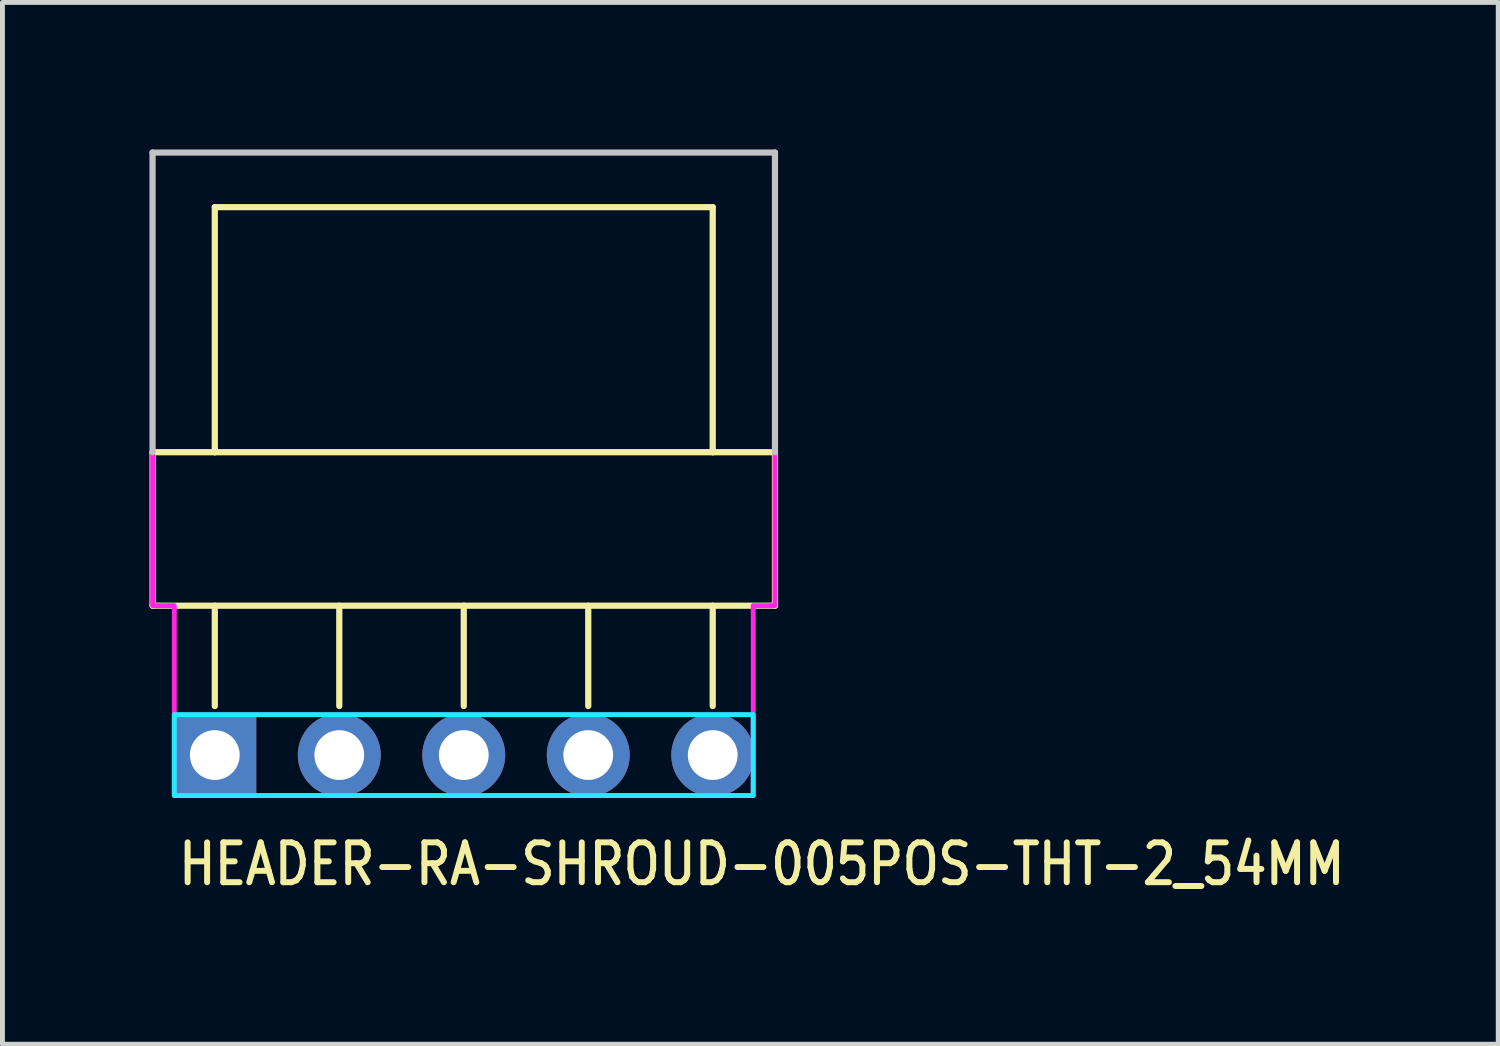
<source format=kicad_pcb>
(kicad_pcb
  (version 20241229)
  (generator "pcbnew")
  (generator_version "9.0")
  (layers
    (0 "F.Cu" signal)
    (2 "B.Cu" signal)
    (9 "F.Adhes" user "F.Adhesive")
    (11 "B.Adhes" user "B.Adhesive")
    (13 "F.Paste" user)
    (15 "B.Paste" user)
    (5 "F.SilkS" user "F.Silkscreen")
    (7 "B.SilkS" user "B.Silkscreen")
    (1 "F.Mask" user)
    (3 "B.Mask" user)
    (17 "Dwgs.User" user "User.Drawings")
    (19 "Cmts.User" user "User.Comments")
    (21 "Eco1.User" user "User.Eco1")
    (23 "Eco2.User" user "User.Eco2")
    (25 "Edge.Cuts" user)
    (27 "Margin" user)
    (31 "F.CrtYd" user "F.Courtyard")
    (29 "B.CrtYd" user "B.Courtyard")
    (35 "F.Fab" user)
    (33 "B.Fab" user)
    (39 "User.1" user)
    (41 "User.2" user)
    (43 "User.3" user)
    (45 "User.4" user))
  (footprint "HEADER-RA-SHROUD-005POS-THT-2_54MM"
    (layer "F.Cu")
    (at 1.333 12.357)
    (property "Reference" "HEADER-RA-SHROUD-005POS-THT-2_54MM" (at -0.8 2.7 0) (unlocked yes) (layer "F.SilkS") (effects (font (size 0.813 0.695) (thickness 0.122)) (justify left bottom)))
    (fp_line (start -1.27 -6.18) (end -1.27 -3.048) (stroke (width 0.127) (type solid)) (layer "F.SilkS"))
    (fp_line (start -1.27 -3.048) (end 11.43 -3.048) (stroke (width 0.127) (type solid)) (layer "F.SilkS"))
    (fp_line (start 0 -11.18) (end 0 -6.18) (stroke (width 0.127) (type solid)) (layer "F.SilkS"))
    (fp_line (start 0 -6.18) (end -1.27 -6.18) (stroke (width 0.127) (type solid)) (layer "F.SilkS"))
    (fp_line (start 0 -1) (end 0 -3.048) (stroke (width 0.127) (type solid)) (layer "F.SilkS"))
    (fp_line (start 2.54 -1) (end 2.54 -3.048) (stroke (width 0.127) (type solid)) (layer "F.SilkS"))
    (fp_line (start 5.08 -1) (end 5.08 -3.048) (stroke (width 0.127) (type solid)) (layer "F.SilkS"))
    (fp_line (start 7.62 -1) (end 7.62 -3.048) (stroke (width 0.127) (type solid)) (layer "F.SilkS"))
    (fp_line (start 10.16 -11.18) (end 0 -11.18) (stroke (width 0.127) (type solid)) (layer "F.SilkS"))
    (fp_line (start 10.16 -6.18) (end 0 -6.18) (stroke (width 0.127) (type solid)) (layer "F.SilkS"))
    (fp_line (start 10.16 -6.18) (end 10.16 -11.18) (stroke (width 0.127) (type solid)) (layer "F.SilkS"))
    (fp_line (start 10.16 -1) (end 10.16 -3.048) (stroke (width 0.127) (type solid)) (layer "F.SilkS"))
    (fp_line (start 11.43 -6.18) (end 10.16 -6.18) (stroke (width 0.127) (type solid)) (layer "F.SilkS"))
    (fp_line (start 11.43 -3.048) (end 11.43 -6.18) (stroke (width 0.127) (type solid)) (layer "F.SilkS"))
    (fp_line (start -1.27 -12.294) (end 11.43 -12.294) (stroke (width 0.127) (type solid)) (layer "Dwgs.User"))
    (fp_line (start -1.27 -6.18) (end -1.27 -12.294) (stroke (width 0.127) (type solid)) (layer "Dwgs.User"))
    (fp_line (start 11.43 -12.294) (end 11.43 -6.18) (stroke (width 0.127) (type solid)) (layer "Dwgs.User"))
    (fp_poly (pts (xy -0.826 -0.826) (xy -0.826 0.826) (xy 10.986 0.826) (xy 10.986 -0.826)) (stroke (width 0.1) (type solid)) (fill no) (layer "B.CrtYd"))
    (fp_poly (pts (xy -1.27 -12.294) (xy -1.27 -3.048) (xy -0.826 -3.048) (xy -0.826 0.826) (xy 10.986 0.826) (xy 10.986 -3.048) (xy 11.43 -3.048) (xy 11.43 -12.294)) (stroke (width 0.1) (type solid)) (fill no) (layer "F.CrtYd"))
    (pad "P$1" thru_hole rect (at 0 0) (size 1.693 1.693) (drill 1.016) (layers "*.Cu" "*.Mask"))
    (pad "P$2" thru_hole oval (at 2.54 0) (size 1.693 1.693) (drill 1.016) (layers "*.Cu" "*.Mask"))
    (pad "P$3" thru_hole oval (at 5.08 0) (size 1.693 1.693) (drill 1.016) (layers "*.Cu" "*.Mask"))
    (pad "P$4" thru_hole oval (at 7.62 0) (size 1.693 1.693) (drill 1.016) (layers "*.Cu" "*.Mask"))
    (pad "P$5" thru_hole oval (at 10.16 0) (size 1.693 1.693) (drill 1.016) (layers "*.Cu" "*.Mask")))
  (gr_rect
    (start -3 -3)
    (end 27.521 18.257)
    (stroke (width 0.1) (type default))
    (fill no)
    (layer "Edge.Cuts")))
</source>
